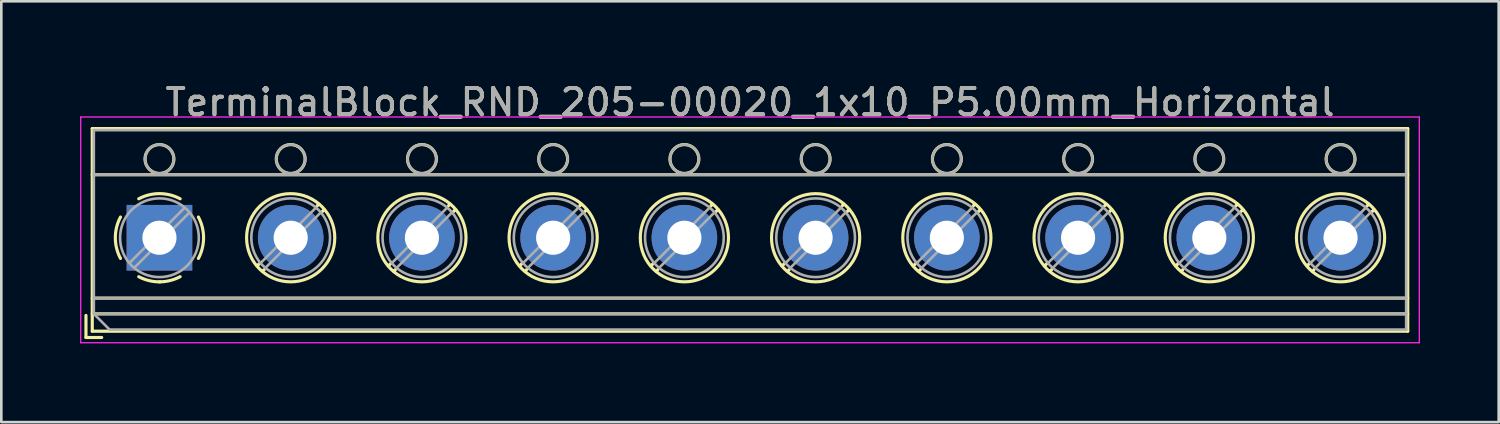
<source format=kicad_pcb>
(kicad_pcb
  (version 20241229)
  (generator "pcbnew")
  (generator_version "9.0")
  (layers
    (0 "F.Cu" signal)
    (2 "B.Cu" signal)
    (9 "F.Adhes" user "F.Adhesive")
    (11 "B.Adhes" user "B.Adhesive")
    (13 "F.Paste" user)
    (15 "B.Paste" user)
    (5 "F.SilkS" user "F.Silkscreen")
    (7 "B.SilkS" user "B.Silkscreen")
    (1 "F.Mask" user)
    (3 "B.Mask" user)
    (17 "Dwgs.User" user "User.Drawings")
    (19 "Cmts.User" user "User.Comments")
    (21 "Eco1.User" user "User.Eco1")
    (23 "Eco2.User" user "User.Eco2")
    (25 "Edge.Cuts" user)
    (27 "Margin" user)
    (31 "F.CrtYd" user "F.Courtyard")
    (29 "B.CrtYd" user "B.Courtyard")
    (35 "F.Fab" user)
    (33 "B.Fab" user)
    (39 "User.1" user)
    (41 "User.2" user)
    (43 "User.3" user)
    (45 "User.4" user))
  (footprint "TerminalBlock_RND_205-00020_1x10_P5.00mm_Horizontal"
    (layer "F.Cu")
    (at 3.025 6.008)
    (property "Reference" "TerminalBlock_RND_205-00020_1x10_P5.00mm_Horizontal" (at 22.5 -5.16 0) (layer "F.SilkS") (effects (font (size 1 1) (thickness 0.15))))
    (attr through_hole)
    (fp_line (start -2.8 2.96) (end -2.8 3.8) (stroke (width 0.12) (type solid)) (layer "F.SilkS"))
    (fp_line (start -2.8 3.8) (end -2.2 3.8) (stroke (width 0.12) (type solid)) (layer "F.SilkS"))
    (fp_line (start -2.56 -4.16) (end -2.56 3.561) (stroke (width 0.12) (type solid)) (layer "F.SilkS"))
    (fp_line (start -2.56 -4.16) (end 47.56 -4.16) (stroke (width 0.12) (type solid)) (layer "F.SilkS"))
    (fp_line (start -2.56 -2.4) (end 47.56 -2.4) (stroke (width 0.12) (type solid)) (layer "F.SilkS"))
    (fp_line (start -2.56 2.3) (end 47.56 2.3) (stroke (width 0.12) (type solid)) (layer "F.SilkS"))
    (fp_line (start -2.56 2.9) (end 47.56 2.9) (stroke (width 0.12) (type solid)) (layer "F.SilkS"))
    (fp_line (start -2.56 3.561) (end 47.56 3.561) (stroke (width 0.12) (type solid)) (layer "F.SilkS"))
    (fp_line (start 3.82 0.976) (end 3.726 1.069) (stroke (width 0.12) (type solid)) (layer "F.SilkS"))
    (fp_line (start 3.99 1.216) (end 3.931 1.274) (stroke (width 0.12) (type solid)) (layer "F.SilkS"))
    (fp_line (start 6.07 -1.275) (end 6.011 -1.216) (stroke (width 0.12) (type solid)) (layer "F.SilkS"))
    (fp_line (start 6.275 -1.069) (end 6.181 -0.976) (stroke (width 0.12) (type solid)) (layer "F.SilkS"))
    (fp_line (start 8.82 0.976) (end 8.726 1.069) (stroke (width 0.12) (type solid)) (layer "F.SilkS"))
    (fp_line (start 8.99 1.216) (end 8.931 1.274) (stroke (width 0.12) (type solid)) (layer "F.SilkS"))
    (fp_line (start 11.07 -1.275) (end 11.011 -1.216) (stroke (width 0.12) (type solid)) (layer "F.SilkS"))
    (fp_line (start 11.275 -1.069) (end 11.181 -0.976) (stroke (width 0.12) (type solid)) (layer "F.SilkS"))
    (fp_line (start 13.82 0.976) (end 13.726 1.069) (stroke (width 0.12) (type solid)) (layer "F.SilkS"))
    (fp_line (start 13.99 1.216) (end 13.931 1.274) (stroke (width 0.12) (type solid)) (layer "F.SilkS"))
    (fp_line (start 16.07 -1.275) (end 16.011 -1.216) (stroke (width 0.12) (type solid)) (layer "F.SilkS"))
    (fp_line (start 16.275 -1.069) (end 16.181 -0.976) (stroke (width 0.12) (type solid)) (layer "F.SilkS"))
    (fp_line (start 18.82 0.976) (end 18.726 1.069) (stroke (width 0.12) (type solid)) (layer "F.SilkS"))
    (fp_line (start 18.99 1.216) (end 18.931 1.274) (stroke (width 0.12) (type solid)) (layer "F.SilkS"))
    (fp_line (start 21.07 -1.275) (end 21.011 -1.216) (stroke (width 0.12) (type solid)) (layer "F.SilkS"))
    (fp_line (start 21.275 -1.069) (end 21.181 -0.976) (stroke (width 0.12) (type solid)) (layer "F.SilkS"))
    (fp_line (start 23.82 0.976) (end 23.726 1.069) (stroke (width 0.12) (type solid)) (layer "F.SilkS"))
    (fp_line (start 23.99 1.216) (end 23.931 1.274) (stroke (width 0.12) (type solid)) (layer "F.SilkS"))
    (fp_line (start 26.07 -1.275) (end 26.011 -1.216) (stroke (width 0.12) (type solid)) (layer "F.SilkS"))
    (fp_line (start 26.275 -1.069) (end 26.181 -0.976) (stroke (width 0.12) (type solid)) (layer "F.SilkS"))
    (fp_line (start 28.82 0.976) (end 28.726 1.069) (stroke (width 0.12) (type solid)) (layer "F.SilkS"))
    (fp_line (start 28.99 1.216) (end 28.931 1.274) (stroke (width 0.12) (type solid)) (layer "F.SilkS"))
    (fp_line (start 31.07 -1.275) (end 31.011 -1.216) (stroke (width 0.12) (type solid)) (layer "F.SilkS"))
    (fp_line (start 31.275 -1.069) (end 31.181 -0.976) (stroke (width 0.12) (type solid)) (layer "F.SilkS"))
    (fp_line (start 33.82 0.976) (end 33.726 1.069) (stroke (width 0.12) (type solid)) (layer "F.SilkS"))
    (fp_line (start 33.99 1.216) (end 33.931 1.274) (stroke (width 0.12) (type solid)) (layer "F.SilkS"))
    (fp_line (start 36.07 -1.275) (end 36.011 -1.216) (stroke (width 0.12) (type solid)) (layer "F.SilkS"))
    (fp_line (start 36.275 -1.069) (end 36.181 -0.976) (stroke (width 0.12) (type solid)) (layer "F.SilkS"))
    (fp_line (start 38.82 0.976) (end 38.726 1.069) (stroke (width 0.12) (type solid)) (layer "F.SilkS"))
    (fp_line (start 38.99 1.216) (end 38.931 1.274) (stroke (width 0.12) (type solid)) (layer "F.SilkS"))
    (fp_line (start 41.07 -1.275) (end 41.011 -1.216) (stroke (width 0.12) (type solid)) (layer "F.SilkS"))
    (fp_line (start 41.275 -1.069) (end 41.181 -0.976) (stroke (width 0.12) (type solid)) (layer "F.SilkS"))
    (fp_line (start 43.82 0.976) (end 43.726 1.069) (stroke (width 0.12) (type solid)) (layer "F.SilkS"))
    (fp_line (start 43.99 1.216) (end 43.931 1.274) (stroke (width 0.12) (type solid)) (layer "F.SilkS"))
    (fp_line (start 46.07 -1.275) (end 46.011 -1.216) (stroke (width 0.12) (type solid)) (layer "F.SilkS"))
    (fp_line (start 46.275 -1.069) (end 46.181 -0.976) (stroke (width 0.12) (type solid)) (layer "F.SilkS"))
    (fp_line (start 47.56 -4.16) (end 47.56 3.561) (stroke (width 0.12) (type solid)) (layer "F.SilkS"))
    (fp_arc (start -1.483953 0.789089) (mid -1.680708 0.00005) (end -1.484 -0.789) (stroke (width 0.12) (type solid)) (layer "F.SilkS"))
    (fp_arc (start -0.789089 -1.483953) (mid -0.00005 -1.680708) (end 0.789 -1.484) (stroke (width 0.12) (type solid)) (layer "F.SilkS"))
    (fp_arc (start 0.029383 1.68045) (mid -0.392304 1.634281) (end -0.789 1.484) (stroke (width 0.12) (type solid)) (layer "F.SilkS"))
    (fp_arc (start 0.788712 1.483352) (mid 0.406429 1.630097) (end 0 1.68) (stroke (width 0.12) (type solid)) (layer "F.SilkS"))
    (fp_arc (start 1.483953 -0.789089) (mid 1.680708 -0.00005) (end 1.484 0.789) (stroke (width 0.12) (type solid)) (layer "F.SilkS"))
    (fp_circle (center 0 -3) (end 0.55 -3) (stroke (width 0.12) (type solid)) (fill no) (layer "F.SilkS"))
    (fp_circle (center 5 -3) (end 5.55 -3) (stroke (width 0.12) (type solid)) (fill no) (layer "F.SilkS"))
    (fp_circle (center 5 0) (end 6.68 0) (stroke (width 0.12) (type solid)) (fill no) (layer "F.SilkS"))
    (fp_circle (center 10 -3) (end 10.55 -3) (stroke (width 0.12) (type solid)) (fill no) (layer "F.SilkS"))
    (fp_circle (center 10 0) (end 11.68 0) (stroke (width 0.12) (type solid)) (fill no) (layer "F.SilkS"))
    (fp_circle (center 15 -3) (end 15.55 -3) (stroke (width 0.12) (type solid)) (fill no) (layer "F.SilkS"))
    (fp_circle (center 15 0) (end 16.68 0) (stroke (width 0.12) (type solid)) (fill no) (layer "F.SilkS"))
    (fp_circle (center 20 -3) (end 20.55 -3) (stroke (width 0.12) (type solid)) (fill no) (layer "F.SilkS"))
    (fp_circle (center 20 0) (end 21.68 0) (stroke (width 0.12) (type solid)) (fill no) (layer "F.SilkS"))
    (fp_circle (center 25 -3) (end 25.55 -3) (stroke (width 0.12) (type solid)) (fill no) (layer "F.SilkS"))
    (fp_circle (center 25 0) (end 26.68 0) (stroke (width 0.12) (type solid)) (fill no) (layer "F.SilkS"))
    (fp_circle (center 30 -3) (end 30.55 -3) (stroke (width 0.12) (type solid)) (fill no) (layer "F.SilkS"))
    (fp_circle (center 30 0) (end 31.68 0) (stroke (width 0.12) (type solid)) (fill no) (layer "F.SilkS"))
    (fp_circle (center 35 -3) (end 35.55 -3) (stroke (width 0.12) (type solid)) (fill no) (layer "F.SilkS"))
    (fp_circle (center 35 0) (end 36.68 0) (stroke (width 0.12) (type solid)) (fill no) (layer "F.SilkS"))
    (fp_circle (center 40 -3) (end 40.55 -3) (stroke (width 0.12) (type solid)) (fill no) (layer "F.SilkS"))
    (fp_circle (center 40 0) (end 41.68 0) (stroke (width 0.12) (type solid)) (fill no) (layer "F.SilkS"))
    (fp_circle (center 45 -3) (end 45.55 -3) (stroke (width 0.12) (type solid)) (fill no) (layer "F.SilkS"))
    (fp_circle (center 45 0) (end 46.68 0) (stroke (width 0.12) (type solid)) (fill no) (layer "F.SilkS"))
    (fp_line (start -3 -4.6) (end -3 4) (stroke (width 0.05) (type solid)) (layer "F.CrtYd"))
    (fp_line (start -3 4) (end 48 4) (stroke (width 0.05) (type solid)) (layer "F.CrtYd"))
    (fp_line (start 48 -4.6) (end -3 -4.6) (stroke (width 0.05) (type solid)) (layer "F.CrtYd"))
    (fp_line (start 48 4) (end 48 -4.6) (stroke (width 0.05) (type solid)) (layer "F.CrtYd"))
    (fp_line (start -2.5 -4.1) (end 47.5 -4.1) (stroke (width 0.1) (type solid)) (layer "F.Fab"))
    (fp_line (start -2.5 -2.4) (end 47.5 -2.4) (stroke (width 0.1) (type solid)) (layer "F.Fab"))
    (fp_line (start -2.5 2.3) (end 47.5 2.3) (stroke (width 0.1) (type solid)) (layer "F.Fab"))
    (fp_line (start -2.5 2.9) (end -2.5 -4.1) (stroke (width 0.1) (type solid)) (layer "F.Fab"))
    (fp_line (start -2.5 2.9) (end 47.5 2.9) (stroke (width 0.1) (type solid)) (layer "F.Fab"))
    (fp_line (start -1.9 3.5) (end -2.5 2.9) (stroke (width 0.1) (type solid)) (layer "F.Fab"))
    (fp_line (start 0.955 -1.138) (end -1.138 0.955) (stroke (width 0.1) (type solid)) (layer "F.Fab"))
    (fp_line (start 1.138 -0.955) (end -0.955 1.138) (stroke (width 0.1) (type solid)) (layer "F.Fab"))
    (fp_line (start 5.955 -1.138) (end 3.863 0.955) (stroke (width 0.1) (type solid)) (layer "F.Fab"))
    (fp_line (start 6.138 -0.955) (end 4.046 1.138) (stroke (width 0.1) (type solid)) (layer "F.Fab"))
    (fp_line (start 10.955 -1.138) (end 8.863 0.955) (stroke (width 0.1) (type solid)) (layer "F.Fab"))
    (fp_line (start 11.138 -0.955) (end 9.046 1.138) (stroke (width 0.1) (type solid)) (layer "F.Fab"))
    (fp_line (start 15.955 -1.138) (end 13.863 0.955) (stroke (width 0.1) (type solid)) (layer "F.Fab"))
    (fp_line (start 16.138 -0.955) (end 14.046 1.138) (stroke (width 0.1) (type solid)) (layer "F.Fab"))
    (fp_line (start 20.955 -1.138) (end 18.863 0.955) (stroke (width 0.1) (type solid)) (layer "F.Fab"))
    (fp_line (start 21.138 -0.955) (end 19.046 1.138) (stroke (width 0.1) (type solid)) (layer "F.Fab"))
    (fp_line (start 25.955 -1.138) (end 23.863 0.955) (stroke (width 0.1) (type solid)) (layer "F.Fab"))
    (fp_line (start 26.138 -0.955) (end 24.046 1.138) (stroke (width 0.1) (type solid)) (layer "F.Fab"))
    (fp_line (start 30.955 -1.138) (end 28.863 0.955) (stroke (width 0.1) (type solid)) (layer "F.Fab"))
    (fp_line (start 31.138 -0.955) (end 29.046 1.138) (stroke (width 0.1) (type solid)) (layer "F.Fab"))
    (fp_line (start 35.955 -1.138) (end 33.863 0.955) (stroke (width 0.1) (type solid)) (layer "F.Fab"))
    (fp_line (start 36.138 -0.955) (end 34.046 1.138) (stroke (width 0.1) (type solid)) (layer "F.Fab"))
    (fp_line (start 40.955 -1.138) (end 38.863 0.955) (stroke (width 0.1) (type solid)) (layer "F.Fab"))
    (fp_line (start 41.138 -0.955) (end 39.046 1.138) (stroke (width 0.1) (type solid)) (layer "F.Fab"))
    (fp_line (start 45.955 -1.138) (end 43.863 0.955) (stroke (width 0.1) (type solid)) (layer "F.Fab"))
    (fp_line (start 46.138 -0.955) (end 44.046 1.138) (stroke (width 0.1) (type solid)) (layer "F.Fab"))
    (fp_line (start 47.5 -4.1) (end 47.5 3.5) (stroke (width 0.1) (type solid)) (layer "F.Fab"))
    (fp_line (start 47.5 3.5) (end -1.9 3.5) (stroke (width 0.1) (type solid)) (layer "F.Fab"))
    (fp_circle (center 0 -3) (end 0.55 -3) (stroke (width 0.1) (type solid)) (fill no) (layer "F.Fab"))
    (fp_circle (center 0 0) (end 1.5 0) (stroke (width 0.1) (type solid)) (fill no) (layer "F.Fab"))
    (fp_circle (center 5 -3) (end 5.55 -3) (stroke (width 0.1) (type solid)) (fill no) (layer "F.Fab"))
    (fp_circle (center 5 0) (end 6.5 0) (stroke (width 0.1) (type solid)) (fill no) (layer "F.Fab"))
    (fp_circle (center 10 -3) (end 10.55 -3) (stroke (width 0.1) (type solid)) (fill no) (layer "F.Fab"))
    (fp_circle (center 10 0) (end 11.5 0) (stroke (width 0.1) (type solid)) (fill no) (layer "F.Fab"))
    (fp_circle (center 15 -3) (end 15.55 -3) (stroke (width 0.1) (type solid)) (fill no) (layer "F.Fab"))
    (fp_circle (center 15 0) (end 16.5 0) (stroke (width 0.1) (type solid)) (fill no) (layer "F.Fab"))
    (fp_circle (center 20 -3) (end 20.55 -3) (stroke (width 0.1) (type solid)) (fill no) (layer "F.Fab"))
    (fp_circle (center 20 0) (end 21.5 0) (stroke (width 0.1) (type solid)) (fill no) (layer "F.Fab"))
    (fp_circle (center 25 -3) (end 25.55 -3) (stroke (width 0.1) (type solid)) (fill no) (layer "F.Fab"))
    (fp_circle (center 25 0) (end 26.5 0) (stroke (width 0.1) (type solid)) (fill no) (layer "F.Fab"))
    (fp_circle (center 30 -3) (end 30.55 -3) (stroke (width 0.1) (type solid)) (fill no) (layer "F.Fab"))
    (fp_circle (center 30 0) (end 31.5 0) (stroke (width 0.1) (type solid)) (fill no) (layer "F.Fab"))
    (fp_circle (center 35 -3) (end 35.55 -3) (stroke (width 0.1) (type solid)) (fill no) (layer "F.Fab"))
    (fp_circle (center 35 0) (end 36.5 0) (stroke (width 0.1) (type solid)) (fill no) (layer "F.Fab"))
    (fp_circle (center 40 -3) (end 40.55 -3) (stroke (width 0.1) (type solid)) (fill no) (layer "F.Fab"))
    (fp_circle (center 40 0) (end 41.5 0) (stroke (width 0.1) (type solid)) (fill no) (layer "F.Fab"))
    (fp_circle (center 45 -3) (end 45.55 -3) (stroke (width 0.1) (type solid)) (fill no) (layer "F.Fab"))
    (fp_circle (center 45 0) (end 46.5 0) (stroke (width 0.1) (type solid)) (fill no) (layer "F.Fab"))
    (fp_text user "${REFERENCE}" (at 22.5 -5.16 0) (layer "F.Fab") (effects (font (size 1 1) (thickness 0.15))))
    (pad "1" thru_hole rect (at 0 0) (size 2.5 2.5) (drill 1.3) (layers "*.Cu" "*.Mask"))
    (pad "2" thru_hole circle (at 5 0) (size 2.5 2.5) (drill 1.3) (layers "*.Cu" "*.Mask"))
    (pad "3" thru_hole circle (at 10 0) (size 2.5 2.5) (drill 1.3) (layers "*.Cu" "*.Mask"))
    (pad "4" thru_hole circle (at 15 0) (size 2.5 2.5) (drill 1.3) (layers "*.Cu" "*.Mask"))
    (pad "5" thru_hole circle (at 20 0) (size 2.5 2.5) (drill 1.3) (layers "*.Cu" "*.Mask"))
    (pad "6" thru_hole circle (at 25 0) (size 2.5 2.5) (drill 1.3) (layers "*.Cu" "*.Mask"))
    (pad "7" thru_hole circle (at 30 0) (size 2.5 2.5) (drill 1.3) (layers "*.Cu" "*.Mask"))
    (pad "8" thru_hole circle (at 35 0) (size 2.5 2.5) (drill 1.3) (layers "*.Cu" "*.Mask"))
    (pad "9" thru_hole circle (at 40 0) (size 2.5 2.5) (drill 1.3) (layers "*.Cu" "*.Mask"))
    (pad "10" thru_hole circle (at 45 0) (size 2.5 2.5) (drill 1.3) (layers "*.Cu" "*.Mask")))
  (gr_rect
    (start -3 -3)
    (end 54.05 13.033)
    (stroke (width 0.1) (type default))
    (fill no)
    (layer "Edge.Cuts")))
</source>
